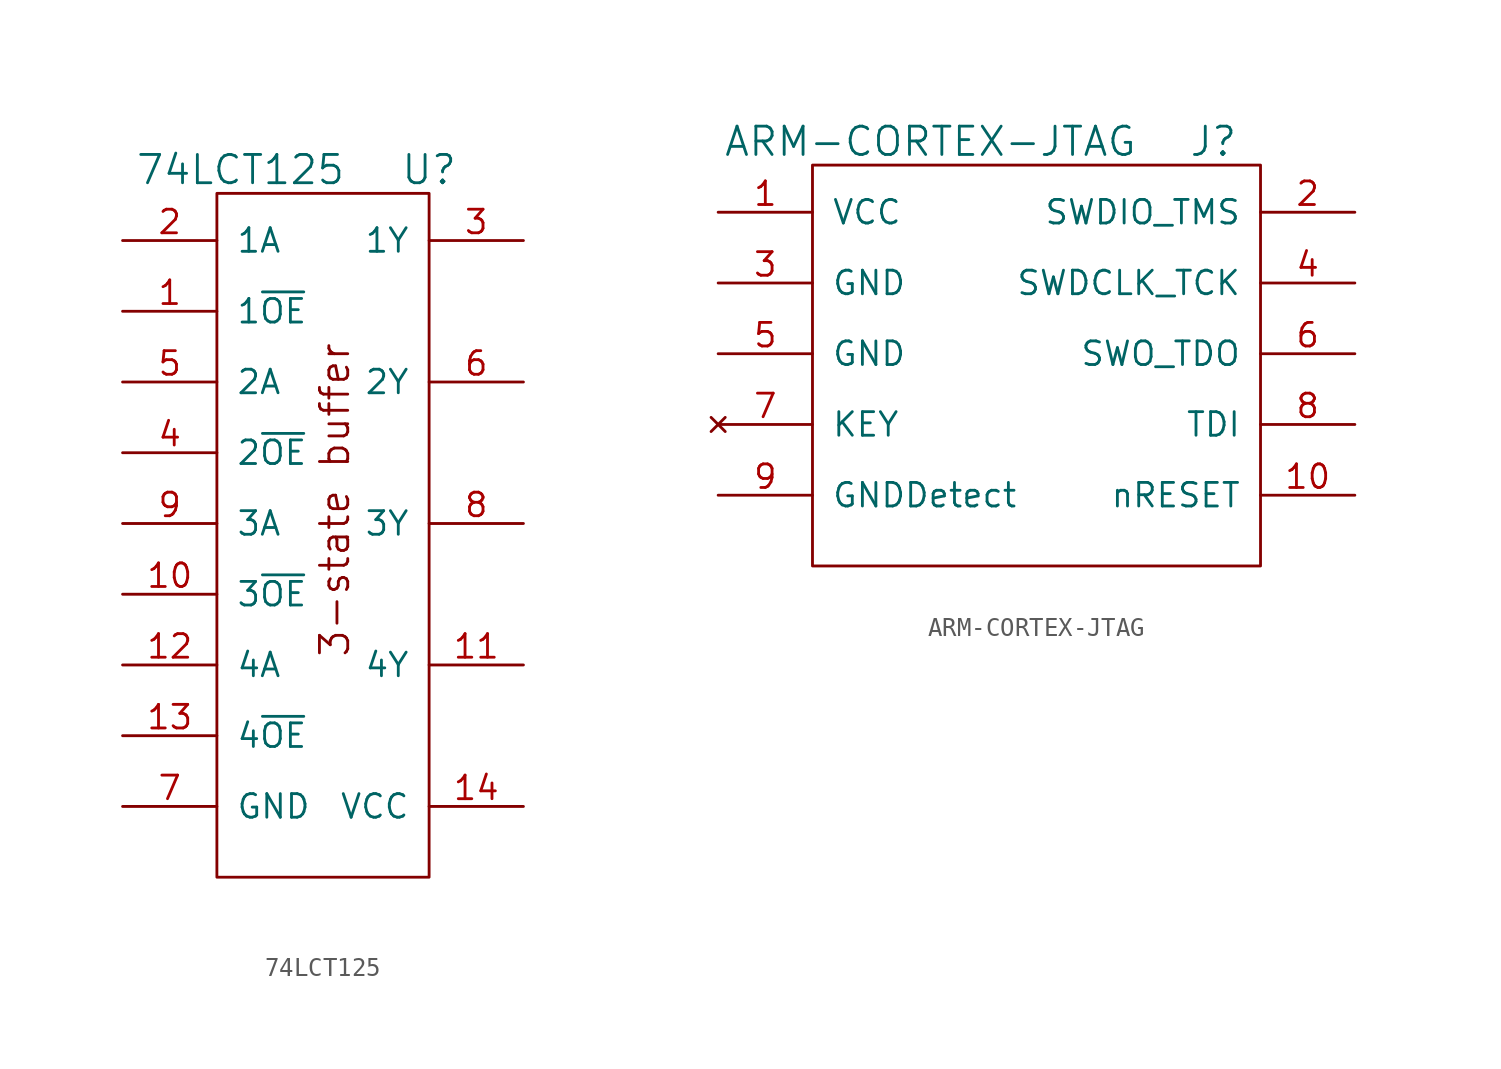
<source format=kicad_sym>
(kicad_symbol_lib
  (version 20220914)
  (generator kicad_symbol_editor)
  (symbol "74LCT125"
    (pin_names
      (offset 1.016))
    (property "Reference" "U"
      (at 6.35 0 0)
      (effects (font (size 1.524 1.524))))
    (property "Value" "74LCT125"
      (at -3.81 0 0)
      (effects (font (size 1.524 1.524))))
    (property "Footprint" ""
      (at 0 0 0)
      (effects (font (size 1.524 1.524))))
    (property "Datasheet" ""
      (at 0 0 0)
      (effects (font (size 1.524 1.524))))
    (symbol "74LCT125_0_0"
      (text "3-state buffer" (at 1.27 -17.78 900) (effects (font (size 1.524 1.524)))))
    (symbol "74LCT125_0_1"
      (rectangle (start -5.08 -1.27) (end 6.35 -38.1) (stroke (width 0) (type solid)) (fill (type none))))
    (symbol "74LCT125_1_1"
      (pin input line (at -10.16 -7.62 0) (length 5.08) (name "1~{OE}" (effects (font (size 1.27 1.27)))) (number "1" (effects (font (size 1.27 1.27)))))
      (pin input line (at -10.16 -22.86 0) (length 5.08) (name "3~{OE}" (effects (font (size 1.27 1.27)))) (number "10" (effects (font (size 1.27 1.27)))))
      (pin output line (at 11.43 -26.67 180) (length 5.08) (name "4Y" (effects (font (size 1.27 1.27)))) (number "11" (effects (font (size 1.27 1.27)))))
      (pin input line (at -10.16 -26.67 0) (length 5.08) (name "4A" (effects (font (size 1.27 1.27)))) (number "12" (effects (font (size 1.27 1.27)))))
      (pin input line (at -10.16 -30.48 0) (length 5.08) (name "4~{OE}" (effects (font (size 1.27 1.27)))) (number "13" (effects (font (size 1.27 1.27)))))
      (pin power_in line (at 11.43 -34.29 180) (length 5.08) (name "VCC" (effects (font (size 1.27 1.27)))) (number "14" (effects (font (size 1.27 1.27)))))
      (pin input line (at -10.16 -3.81 0) (length 5.08) (name "1A" (effects (font (size 1.27 1.27)))) (number "2" (effects (font (size 1.27 1.27)))))
      (pin output line (at 11.43 -3.81 180) (length 5.08) (name "1Y" (effects (font (size 1.27 1.27)))) (number "3" (effects (font (size 1.27 1.27)))))
      (pin input line (at -10.16 -15.24 0) (length 5.08) (name "2~{OE}" (effects (font (size 1.27 1.27)))) (number "4" (effects (font (size 1.27 1.27)))))
      (pin input line (at -10.16 -11.43 0) (length 5.08) (name "2A" (effects (font (size 1.27 1.27)))) (number "5" (effects (font (size 1.27 1.27)))))
      (pin output line (at 11.43 -11.43 180) (length 5.08) (name "2Y" (effects (font (size 1.27 1.27)))) (number "6" (effects (font (size 1.27 1.27)))))
      (pin power_in line (at -10.16 -34.29 0) (length 5.08) (name "GND" (effects (font (size 1.27 1.27)))) (number "7" (effects (font (size 1.27 1.27)))))
      (pin output line (at 11.43 -19.05 180) (length 5.08) (name "3Y" (effects (font (size 1.27 1.27)))) (number "8" (effects (font (size 1.27 1.27)))))
      (pin input line (at -10.16 -19.05 0) (length 5.08) (name "3A" (effects (font (size 1.27 1.27)))) (number "9" (effects (font (size 1.27 1.27)))))))
  (symbol "ARM-CORTEX-JTAG"
    (pin_names
      (offset 1.016))
    (property "Reference" "J"
      (at 16.51 1.27 0)
      (effects (font (size 1.524 1.524))))
    (property "Value" "ARM-CORTEX-JTAG"
      (at 1.27 1.27 0)
      (effects (font (size 1.524 1.524))))
    (property "Footprint" ""
      (at 0 0 0)
      (effects (font (size 1.524 1.524))))
    (property "Datasheet" ""
      (at 0 0 0)
      (effects (font (size 1.524 1.524))))
    (symbol "ARM-CORTEX-JTAG_0_1"
      (rectangle (start -5.08 0) (end 19.05 -21.59) (stroke (width 0) (type solid)) (fill (type none))))
    (symbol "ARM-CORTEX-JTAG_1_1"
      (pin power_in line (at -10.16 -2.54 0) (length 5.08) (name "VCC" (effects (font (size 1.27 1.27)))) (number "1" (effects (font (size 1.27 1.27)))))
      (pin input line (at 24.13 -17.78 180) (length 5.08) (name "nRESET" (effects (font (size 1.27 1.27)))) (number "10" (effects (font (size 1.27 1.27)))))
      (pin bidirectional line (at 24.13 -2.54 180) (length 5.08) (name "SWDIO_TMS" (effects (font (size 1.27 1.27)))) (number "2" (effects (font (size 1.27 1.27)))))
      (pin power_in line (at -10.16 -6.35 0) (length 5.08) (name "GND" (effects (font (size 1.27 1.27)))) (number "3" (effects (font (size 1.27 1.27)))))
      (pin input line (at 24.13 -6.35 180) (length 5.08) (name "SWDCLK_TCK" (effects (font (size 1.27 1.27)))) (number "4" (effects (font (size 1.27 1.27)))))
      (pin power_in line (at -10.16 -10.16 0) (length 5.08) (name "GND" (effects (font (size 1.27 1.27)))) (number "5" (effects (font (size 1.27 1.27)))))
      (pin bidirectional line (at 24.13 -10.16 180) (length 5.08) (name "SWO_TDO" (effects (font (size 1.27 1.27)))) (number "6" (effects (font (size 1.27 1.27)))))
      (pin no_connect line (at -10.16 -13.97 0) (length 5.08) (name "KEY" (effects (font (size 1.27 1.27)))) (number "7" (effects (font (size 1.27 1.27)))))
      (pin bidirectional line (at 24.13 -13.97 180) (length 5.08) (name "TDI" (effects (font (size 1.27 1.27)))) (number "8" (effects (font (size 1.27 1.27)))))
      (pin power_in line (at -10.16 -17.78 0) (length 5.08) (name "GNDDetect" (effects (font (size 1.27 1.27)))) (number "9" (effects (font (size 1.27 1.27))))))))
</source>
